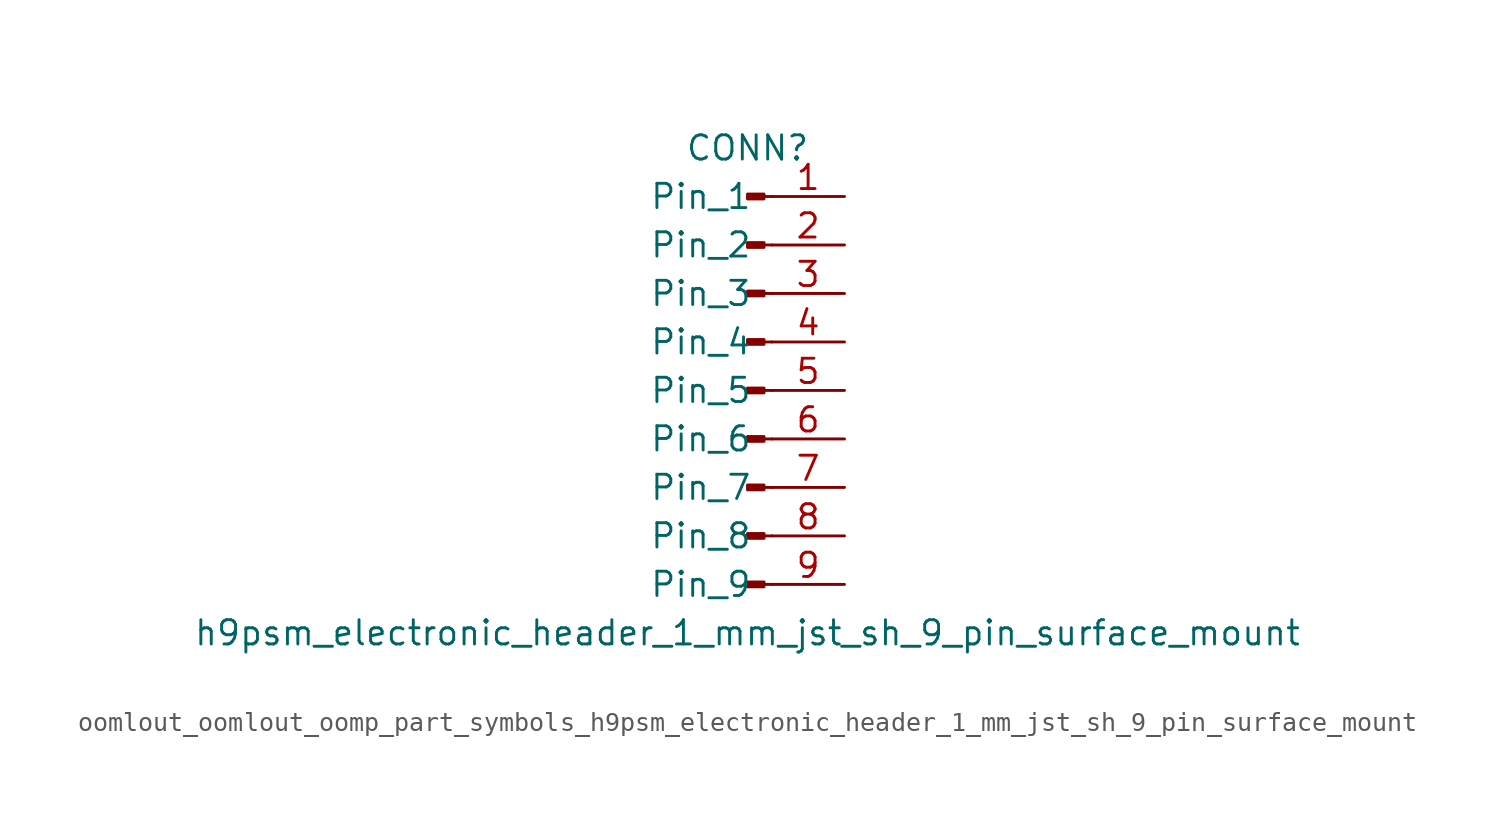
<source format=kicad_sym>
(kicad_symbol_lib
  (version 20220914)
  (generator kicad_symbol_editor)
  (symbol "oomlout_oomlout_oomp_part_symbols_h9psm_electronic_header_1_mm_jst_sh_9_pin_surface_mount"
    (pin_names
      (offset 1.016))
    (property "Reference" "CONN"
      (at 0 12.7 0)
      (effects (font (size 1.27 1.27))))
    (property "Value" "h9psm_electronic_header_1_mm_jst_sh_9_pin_surface_mount"
      (at 0 -12.7 0)
      (effects (font (size 1.27 1.27))))
    (property "ki_locked" ""
      (at 0 0 0)
      (effects (font (size 1.27 1.27))))
    (symbol "oomlout_oomlout_oomp_part_symbols_h9psm_electronic_header_1_mm_jst_sh_9_pin_surface_mount_1_1"
      (polyline (pts (xy 1.27 -10.16) (xy 0.864 -10.16)) (stroke (width 0.152) (type default)) (fill (type none)))
      (polyline (pts (xy 1.27 -7.62) (xy 0.864 -7.62)) (stroke (width 0.152) (type default)) (fill (type none)))
      (polyline (pts (xy 1.27 -5.08) (xy 0.864 -5.08)) (stroke (width 0.152) (type default)) (fill (type none)))
      (polyline (pts (xy 1.27 -2.54) (xy 0.864 -2.54)) (stroke (width 0.152) (type default)) (fill (type none)))
      (polyline (pts (xy 1.27 0) (xy 0.864 0)) (stroke (width 0.152) (type default)) (fill (type none)))
      (polyline (pts (xy 1.27 2.54) (xy 0.864 2.54)) (stroke (width 0.152) (type default)) (fill (type none)))
      (polyline (pts (xy 1.27 5.08) (xy 0.864 5.08)) (stroke (width 0.152) (type default)) (fill (type none)))
      (polyline (pts (xy 1.27 7.62) (xy 0.864 7.62)) (stroke (width 0.152) (type default)) (fill (type none)))
      (polyline (pts (xy 1.27 10.16) (xy 0.864 10.16)) (stroke (width 0.152) (type default)) (fill (type none)))
      (rectangle (start 0.864 -10.033) (end 0 -10.287) (stroke (width 0.152) (type default)) (fill (type outline)))
      (rectangle (start 0.864 -7.493) (end 0 -7.747) (stroke (width 0.152) (type default)) (fill (type outline)))
      (rectangle (start 0.864 -4.953) (end 0 -5.207) (stroke (width 0.152) (type default)) (fill (type outline)))
      (rectangle (start 0.864 -2.413) (end 0 -2.667) (stroke (width 0.152) (type default)) (fill (type outline)))
      (rectangle (start 0.864 0.127) (end 0 -0.127) (stroke (width 0.152) (type default)) (fill (type outline)))
      (rectangle (start 0.864 2.667) (end 0 2.413) (stroke (width 0.152) (type default)) (fill (type outline)))
      (rectangle (start 0.864 5.207) (end 0 4.953) (stroke (width 0.152) (type default)) (fill (type outline)))
      (rectangle (start 0.864 7.747) (end 0 7.493) (stroke (width 0.152) (type default)) (fill (type outline)))
      (rectangle (start 0.864 10.287) (end 0 10.033) (stroke (width 0.152) (type default)) (fill (type outline)))
      (pin passive line (at 5.08 10.16 180) (length 3.81) (name "Pin_1" (effects (font (size 1.27 1.27)))) (number "1" (effects (font (size 1.27 1.27)))))
      (pin passive line (at 5.08 7.62 180) (length 3.81) (name "Pin_2" (effects (font (size 1.27 1.27)))) (number "2" (effects (font (size 1.27 1.27)))))
      (pin passive line (at 5.08 5.08 180) (length 3.81) (name "Pin_3" (effects (font (size 1.27 1.27)))) (number "3" (effects (font (size 1.27 1.27)))))
      (pin passive line (at 5.08 2.54 180) (length 3.81) (name "Pin_4" (effects (font (size 1.27 1.27)))) (number "4" (effects (font (size 1.27 1.27)))))
      (pin passive line (at 5.08 0 180) (length 3.81) (name "Pin_5" (effects (font (size 1.27 1.27)))) (number "5" (effects (font (size 1.27 1.27)))))
      (pin passive line (at 5.08 -2.54 180) (length 3.81) (name "Pin_6" (effects (font (size 1.27 1.27)))) (number "6" (effects (font (size 1.27 1.27)))))
      (pin passive line (at 5.08 -5.08 180) (length 3.81) (name "Pin_7" (effects (font (size 1.27 1.27)))) (number "7" (effects (font (size 1.27 1.27)))))
      (pin passive line (at 5.08 -7.62 180) (length 3.81) (name "Pin_8" (effects (font (size 1.27 1.27)))) (number "8" (effects (font (size 1.27 1.27)))))
      (pin passive line (at 5.08 -10.16 180) (length 3.81) (name "Pin_9" (effects (font (size 1.27 1.27)))) (number "9" (effects (font (size 1.27 1.27))))))))
</source>
